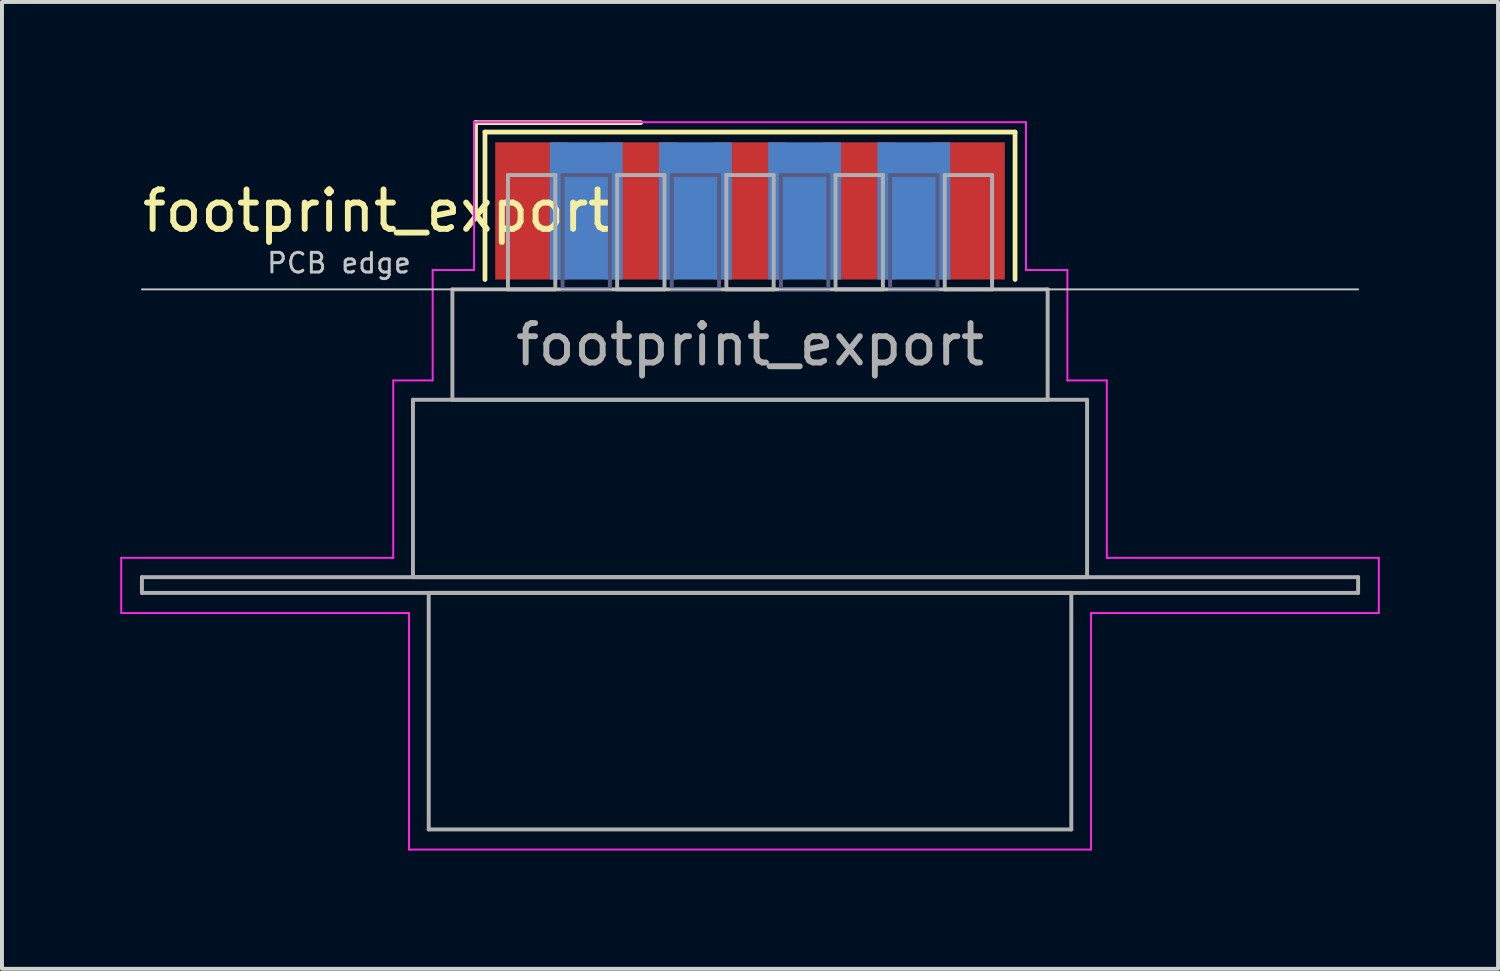
<source format=kicad_pcb>
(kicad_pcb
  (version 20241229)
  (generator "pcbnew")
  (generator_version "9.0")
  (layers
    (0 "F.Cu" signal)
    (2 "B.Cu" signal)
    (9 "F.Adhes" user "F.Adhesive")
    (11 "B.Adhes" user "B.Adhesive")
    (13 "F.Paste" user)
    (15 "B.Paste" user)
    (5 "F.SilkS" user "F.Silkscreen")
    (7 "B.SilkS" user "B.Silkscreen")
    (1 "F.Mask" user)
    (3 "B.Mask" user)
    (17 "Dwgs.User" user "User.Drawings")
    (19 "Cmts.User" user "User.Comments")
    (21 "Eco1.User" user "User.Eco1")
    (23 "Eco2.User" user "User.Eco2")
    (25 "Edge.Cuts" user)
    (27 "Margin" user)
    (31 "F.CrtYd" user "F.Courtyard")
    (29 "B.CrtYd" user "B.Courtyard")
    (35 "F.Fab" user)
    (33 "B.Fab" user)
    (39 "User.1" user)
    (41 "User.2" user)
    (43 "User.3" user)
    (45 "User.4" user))
  (footprint "footprint_export"
    (layer "F.Cu")
    (at 15.975 2.3)
    (property "Reference" "footprint_export" (at -9.463 0 0) (layer "F.SilkS") (effects (font (size 1 1) (thickness 0.15))))
    (attr smd)
    (fp_line (start -6.963 -2.24) (end -2.77 -2.24) (stroke (width 0.12) (type solid)) (layer "F.SilkS"))
    (fp_line (start -6.963 0) (end -6.963 -2.24) (stroke (width 0.12) (type solid)) (layer "F.SilkS"))
    (fp_line (start -6.723 -2) (end -6.723 1.74) (stroke (width 0.12) (type solid)) (layer "F.SilkS"))
    (fp_line (start 6.723 -2) (end -6.723 -2) (stroke (width 0.12) (type solid)) (layer "F.SilkS"))
    (fp_line (start 6.723 1.74) (end 6.723 -2) (stroke (width 0.12) (type solid)) (layer "F.SilkS"))
    (fp_line (start -15.425 1.99) (end 15.425 1.99) (stroke (width 0.05) (type solid)) (layer "Dwgs.User"))
    (fp_line (start -15.95 8.8) (end -9.05 8.8) (stroke (width 0.05) (type solid)) (layer "F.CrtYd"))
    (fp_line (start -15.95 10.2) (end -15.95 8.8) (stroke (width 0.05) (type solid)) (layer "F.CrtYd"))
    (fp_line (start -9.05 4.3) (end -8.05 4.3) (stroke (width 0.05) (type solid)) (layer "F.CrtYd"))
    (fp_line (start -9.05 8.8) (end -9.05 4.3) (stroke (width 0.05) (type solid)) (layer "F.CrtYd"))
    (fp_line (start -8.65 10.2) (end -15.95 10.2) (stroke (width 0.05) (type solid)) (layer "F.CrtYd"))
    (fp_line (start -8.65 16.2) (end -8.65 10.2) (stroke (width 0.05) (type solid)) (layer "F.CrtYd"))
    (fp_line (start -8.05 1.5) (end -7 1.5) (stroke (width 0.05) (type solid)) (layer "F.CrtYd"))
    (fp_line (start -8.05 4.3) (end -8.05 1.5) (stroke (width 0.05) (type solid)) (layer "F.CrtYd"))
    (fp_line (start -7 -2.25) (end 7 -2.25) (stroke (width 0.05) (type solid)) (layer "F.CrtYd"))
    (fp_line (start -7 1.5) (end -7 -2.25) (stroke (width 0.05) (type solid)) (layer "F.CrtYd"))
    (fp_line (start 7 -2.25) (end 7 1.5) (stroke (width 0.05) (type solid)) (layer "F.CrtYd"))
    (fp_line (start 7 1.5) (end 8.05 1.5) (stroke (width 0.05) (type solid)) (layer "F.CrtYd"))
    (fp_line (start 8.05 1.5) (end 8.05 4.3) (stroke (width 0.05) (type solid)) (layer "F.CrtYd"))
    (fp_line (start 8.05 4.3) (end 9.05 4.3) (stroke (width 0.05) (type solid)) (layer "F.CrtYd"))
    (fp_line (start 8.65 10.2) (end 8.65 16.2) (stroke (width 0.05) (type solid)) (layer "F.CrtYd"))
    (fp_line (start 8.65 16.2) (end -8.65 16.2) (stroke (width 0.05) (type solid)) (layer "F.CrtYd"))
    (fp_line (start 9.05 4.3) (end 9.05 8.8) (stroke (width 0.05) (type solid)) (layer "F.CrtYd"))
    (fp_line (start 9.05 8.8) (end 15.95 8.8) (stroke (width 0.05) (type solid)) (layer "F.CrtYd"))
    (fp_line (start 15.95 8.8) (end 15.95 10.2) (stroke (width 0.05) (type solid)) (layer "F.CrtYd"))
    (fp_line (start 15.95 10.2) (end 8.65 10.2) (stroke (width 0.05) (type solid)) (layer "F.CrtYd"))
    (fp_line (start -4.755 -0.91) (end -4.755 1.99) (stroke (width 0.1) (type solid)) (layer "B.Fab"))
    (fp_line (start -4.755 1.99) (end -3.555 1.99) (stroke (width 0.1) (type solid)) (layer "B.Fab"))
    (fp_line (start -3.555 -0.91) (end -4.755 -0.91) (stroke (width 0.1) (type solid)) (layer "B.Fab"))
    (fp_line (start -3.555 1.99) (end -3.555 -0.91) (stroke (width 0.1) (type solid)) (layer "B.Fab"))
    (fp_line (start -1.985 -0.91) (end -1.985 1.99) (stroke (width 0.1) (type solid)) (layer "B.Fab"))
    (fp_line (start -1.985 1.99) (end -0.785 1.99) (stroke (width 0.1) (type solid)) (layer "B.Fab"))
    (fp_line (start -0.785 -0.91) (end -1.985 -0.91) (stroke (width 0.1) (type solid)) (layer "B.Fab"))
    (fp_line (start -0.785 1.99) (end -0.785 -0.91) (stroke (width 0.1) (type solid)) (layer "B.Fab"))
    (fp_line (start 0.785 -0.91) (end 0.785 1.99) (stroke (width 0.1) (type solid)) (layer "B.Fab"))
    (fp_line (start 0.785 1.99) (end 1.985 1.99) (stroke (width 0.1) (type solid)) (layer "B.Fab"))
    (fp_line (start 1.985 -0.91) (end 0.785 -0.91) (stroke (width 0.1) (type solid)) (layer "B.Fab"))
    (fp_line (start 1.985 1.99) (end 1.985 -0.91) (stroke (width 0.1) (type solid)) (layer "B.Fab"))
    (fp_line (start 3.555 -0.91) (end 3.555 1.99) (stroke (width 0.1) (type solid)) (layer "B.Fab"))
    (fp_line (start 3.555 1.99) (end 4.755 1.99) (stroke (width 0.1) (type solid)) (layer "B.Fab"))
    (fp_line (start 4.755 -0.91) (end 3.555 -0.91) (stroke (width 0.1) (type solid)) (layer "B.Fab"))
    (fp_line (start 4.755 1.99) (end 4.755 -0.91) (stroke (width 0.1) (type solid)) (layer "B.Fab"))
    (fp_line (start -15.425 9.29) (end -15.425 9.69) (stroke (width 0.1) (type solid)) (layer "F.Fab"))
    (fp_line (start -15.425 9.69) (end 15.425 9.69) (stroke (width 0.1) (type solid)) (layer "F.Fab"))
    (fp_line (start -8.55 4.79) (end -8.55 9.29) (stroke (width 0.1) (type solid)) (layer "F.Fab"))
    (fp_line (start -8.55 9.29) (end 8.55 9.29) (stroke (width 0.1) (type solid)) (layer "F.Fab"))
    (fp_line (start -8.15 9.69) (end -8.15 15.69) (stroke (width 0.1) (type solid)) (layer "F.Fab"))
    (fp_line (start -8.15 15.69) (end 8.15 15.69) (stroke (width 0.1) (type solid)) (layer "F.Fab"))
    (fp_line (start -7.55 1.99) (end -7.55 4.79) (stroke (width 0.1) (type solid)) (layer "F.Fab"))
    (fp_line (start -7.55 4.79) (end 7.55 4.79) (stroke (width 0.1) (type solid)) (layer "F.Fab"))
    (fp_line (start -6.14 -0.91) (end -6.14 1.99) (stroke (width 0.1) (type solid)) (layer "F.Fab"))
    (fp_line (start -6.14 1.99) (end -4.94 1.99) (stroke (width 0.1) (type solid)) (layer "F.Fab"))
    (fp_line (start -4.94 -0.91) (end -6.14 -0.91) (stroke (width 0.1) (type solid)) (layer "F.Fab"))
    (fp_line (start -4.94 1.99) (end -4.94 -0.91) (stroke (width 0.1) (type solid)) (layer "F.Fab"))
    (fp_line (start -3.37 -0.91) (end -3.37 1.99) (stroke (width 0.1) (type solid)) (layer "F.Fab"))
    (fp_line (start -3.37 1.99) (end -2.17 1.99) (stroke (width 0.1) (type solid)) (layer "F.Fab"))
    (fp_line (start -2.17 -0.91) (end -3.37 -0.91) (stroke (width 0.1) (type solid)) (layer "F.Fab"))
    (fp_line (start -2.17 1.99) (end -2.17 -0.91) (stroke (width 0.1) (type solid)) (layer "F.Fab"))
    (fp_line (start -0.6 -0.91) (end -0.6 1.99) (stroke (width 0.1) (type solid)) (layer "F.Fab"))
    (fp_line (start -0.6 1.99) (end 0.6 1.99) (stroke (width 0.1) (type solid)) (layer "F.Fab"))
    (fp_line (start 0.6 -0.91) (end -0.6 -0.91) (stroke (width 0.1) (type solid)) (layer "F.Fab"))
    (fp_line (start 0.6 1.99) (end 0.6 -0.91) (stroke (width 0.1) (type solid)) (layer "F.Fab"))
    (fp_line (start 2.17 -0.91) (end 2.17 1.99) (stroke (width 0.1) (type solid)) (layer "F.Fab"))
    (fp_line (start 2.17 1.99) (end 3.37 1.99) (stroke (width 0.1) (type solid)) (layer "F.Fab"))
    (fp_line (start 3.37 -0.91) (end 2.17 -0.91) (stroke (width 0.1) (type solid)) (layer "F.Fab"))
    (fp_line (start 3.37 1.99) (end 3.37 -0.91) (stroke (width 0.1) (type solid)) (layer "F.Fab"))
    (fp_line (start 4.94 -0.91) (end 4.94 1.99) (stroke (width 0.1) (type solid)) (layer "F.Fab"))
    (fp_line (start 4.94 1.99) (end 6.14 1.99) (stroke (width 0.1) (type solid)) (layer "F.Fab"))
    (fp_line (start 6.14 -0.91) (end 4.94 -0.91) (stroke (width 0.1) (type solid)) (layer "F.Fab"))
    (fp_line (start 6.14 1.99) (end 6.14 -0.91) (stroke (width 0.1) (type solid)) (layer "F.Fab"))
    (fp_line (start 7.55 1.99) (end -7.55 1.99) (stroke (width 0.1) (type solid)) (layer "F.Fab"))
    (fp_line (start 7.55 4.79) (end 7.55 1.99) (stroke (width 0.1) (type solid)) (layer "F.Fab"))
    (fp_line (start 8.15 9.69) (end -8.15 9.69) (stroke (width 0.1) (type solid)) (layer "F.Fab"))
    (fp_line (start 8.15 15.69) (end 8.15 9.69) (stroke (width 0.1) (type solid)) (layer "F.Fab"))
    (fp_line (start 8.55 4.79) (end -8.55 4.79) (stroke (width 0.1) (type solid)) (layer "F.Fab"))
    (fp_line (start 8.55 9.29) (end 8.55 4.79) (stroke (width 0.1) (type solid)) (layer "F.Fab"))
    (fp_line (start 15.425 9.29) (end -15.425 9.29) (stroke (width 0.1) (type solid)) (layer "F.Fab"))
    (fp_line (start 15.425 9.69) (end 15.425 9.29) (stroke (width 0.1) (type solid)) (layer "F.Fab"))
    (fp_text user "PCB edge" (at -10.425 1.323 0) (layer "Dwgs.User") (effects (font (size 0.5 0.5) (thickness 0.075))))
    (fp_text user "${REFERENCE}" (at 0 3.39 0) (layer "F.Fab") (effects (font (size 1 1) (thickness 0.15))))
    (pad "1" smd rect (at -5.54 0) (size 1.847 3.48) (layers "F.Cu" "F.Mask" "F.Paste"))
    (pad "2" smd rect (at -2.77 0) (size 1.847 3.48) (layers "F.Cu" "F.Mask" "F.Paste"))
    (pad "3" smd rect (at 0 0) (size 1.847 3.48) (layers "F.Cu" "F.Mask" "F.Paste"))
    (pad "4" smd rect (at 2.77 0) (size 1.847 3.48) (layers "F.Cu" "F.Mask" "F.Paste"))
    (pad "5" smd rect (at 5.54 0) (size 1.847 3.48) (layers "F.Cu" "F.Mask" "F.Paste"))
    (pad "6" smd rect (at -4.155 0) (size 1.847 3.48) (layers "B.Cu" "B.Mask" "B.Paste"))
    (pad "7" smd rect (at -1.385 0) (size 1.847 3.48) (layers "B.Cu" "B.Mask" "B.Paste"))
    (pad "8" smd rect (at 1.385 0) (size 1.847 3.48) (layers "B.Cu" "B.Mask" "B.Paste"))
    (pad "9" smd rect (at 4.155 0) (size 1.847 3.48) (layers "B.Cu" "B.Mask" "B.Paste")))
  (gr_rect
    (start -3 -3)
    (end 34.95 21.525)
    (stroke (width 0.1) (type default))
    (fill no)
    (layer "Edge.Cuts")))
</source>
